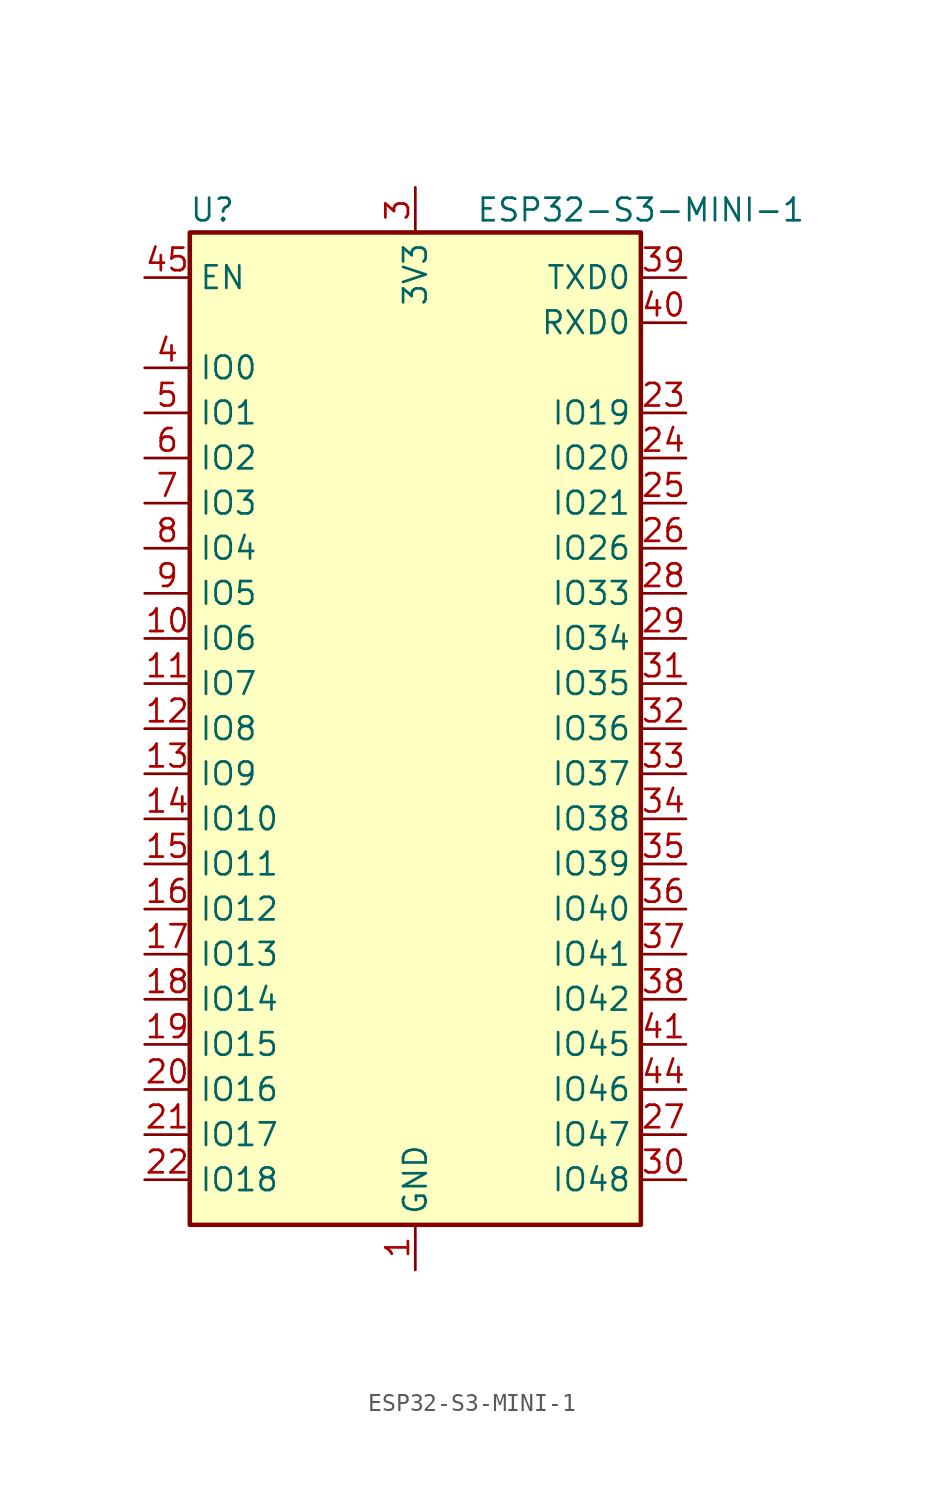
<source format=kicad_sym>
(kicad_symbol_lib
  (version 20231120)
  (generator "kicad_symbol_editor")
  (generator_version "8.0")
  (symbol "ESP32-S3-MINI-1"
    (property "Reference" "U"
      (at -11.43 29.21 0)
      (effects (font (size 1.27 1.27))))
    (property "Value" "ESP32-S3-MINI-1"
      (at 12.7 29.21 0)
      (effects (font (size 1.27 1.27))))
    (symbol "ESP32-S3-MINI-1_0_1"
      (rectangle (start -12.7 27.94) (end 12.7 -27.94) (stroke (width 0.254) (type default)) (fill (type background))))
    (symbol "ESP32-S3-MINI-1_1_1"
      (pin power_in line (at 0 -30.48 90) (length 2.54) (name "GND" (effects (font (size 1.27 1.27)))) (number "1" (effects (font (size 1.27 1.27)))))
      (pin bidirectional line (at -15.24 5.08 0) (length 2.54) (name "IO6" (effects (font (size 1.27 1.27)))) (number "10" (effects (font (size 1.27 1.27)))))
      (pin bidirectional line (at -15.24 2.54 0) (length 2.54) (name "IO7" (effects (font (size 1.27 1.27)))) (number "11" (effects (font (size 1.27 1.27)))))
      (pin bidirectional line (at -15.24 0 0) (length 2.54) (name "IO8" (effects (font (size 1.27 1.27)))) (number "12" (effects (font (size 1.27 1.27)))))
      (pin bidirectional line (at -15.24 -2.54 0) (length 2.54) (name "IO9" (effects (font (size 1.27 1.27)))) (number "13" (effects (font (size 1.27 1.27)))))
      (pin bidirectional line (at -15.24 -5.08 0) (length 2.54) (name "IO10" (effects (font (size 1.27 1.27)))) (number "14" (effects (font (size 1.27 1.27)))))
      (pin bidirectional line (at -15.24 -7.62 0) (length 2.54) (name "IO11" (effects (font (size 1.27 1.27)))) (number "15" (effects (font (size 1.27 1.27)))))
      (pin bidirectional line (at -15.24 -10.16 0) (length 2.54) (name "IO12" (effects (font (size 1.27 1.27)))) (number "16" (effects (font (size 1.27 1.27)))))
      (pin bidirectional line (at -15.24 -12.7 0) (length 2.54) (name "IO13" (effects (font (size 1.27 1.27)))) (number "17" (effects (font (size 1.27 1.27)))))
      (pin bidirectional line (at -15.24 -15.24 0) (length 2.54) (name "IO14" (effects (font (size 1.27 1.27)))) (number "18" (effects (font (size 1.27 1.27)))))
      (pin bidirectional line (at -15.24 -17.78 0) (length 2.54) (name "IO15" (effects (font (size 1.27 1.27)))) (number "19" (effects (font (size 1.27 1.27)))))
      (pin passive line (at 0 -30.48 90) (length 2.54) hide (name "GND" (effects (font (size 1.27 1.27)))) (number "2" (effects (font (size 1.27 1.27)))))
      (pin bidirectional line (at -15.24 -20.32 0) (length 2.54) (name "IO16" (effects (font (size 1.27 1.27)))) (number "20" (effects (font (size 1.27 1.27)))))
      (pin bidirectional line (at -15.24 -22.86 0) (length 2.54) (name "IO17" (effects (font (size 1.27 1.27)))) (number "21" (effects (font (size 1.27 1.27)))))
      (pin bidirectional line (at -15.24 -25.4 0) (length 2.54) (name "IO18" (effects (font (size 1.27 1.27)))) (number "22" (effects (font (size 1.27 1.27)))))
      (pin bidirectional line (at 15.24 17.78 180) (length 2.54) (name "IO19" (effects (font (size 1.27 1.27)))) (number "23" (effects (font (size 1.27 1.27)))))
      (pin bidirectional line (at 15.24 15.24 180) (length 2.54) (name "IO20" (effects (font (size 1.27 1.27)))) (number "24" (effects (font (size 1.27 1.27)))))
      (pin bidirectional line (at 15.24 12.7 180) (length 2.54) (name "IO21" (effects (font (size 1.27 1.27)))) (number "25" (effects (font (size 1.27 1.27)))))
      (pin bidirectional line (at 15.24 10.16 180) (length 2.54) (name "IO26" (effects (font (size 1.27 1.27)))) (number "26" (effects (font (size 1.27 1.27)))))
      (pin bidirectional line (at 15.24 -22.86 180) (length 2.54) (name "IO47" (effects (font (size 1.27 1.27)))) (number "27" (effects (font (size 1.27 1.27)))))
      (pin bidirectional line (at 15.24 7.62 180) (length 2.54) (name "IO33" (effects (font (size 1.27 1.27)))) (number "28" (effects (font (size 1.27 1.27)))))
      (pin bidirectional line (at 15.24 5.08 180) (length 2.54) (name "IO34" (effects (font (size 1.27 1.27)))) (number "29" (effects (font (size 1.27 1.27)))))
      (pin power_in line (at 0 30.48 270) (length 2.54) (name "3V3" (effects (font (size 1.27 1.27)))) (number "3" (effects (font (size 1.27 1.27)))))
      (pin bidirectional line (at 15.24 -25.4 180) (length 2.54) (name "IO48" (effects (font (size 1.27 1.27)))) (number "30" (effects (font (size 1.27 1.27)))))
      (pin bidirectional line (at 15.24 2.54 180) (length 2.54) (name "IO35" (effects (font (size 1.27 1.27)))) (number "31" (effects (font (size 1.27 1.27)))))
      (pin bidirectional line (at 15.24 0 180) (length 2.54) (name "IO36" (effects (font (size 1.27 1.27)))) (number "32" (effects (font (size 1.27 1.27)))))
      (pin bidirectional line (at 15.24 -2.54 180) (length 2.54) (name "IO37" (effects (font (size 1.27 1.27)))) (number "33" (effects (font (size 1.27 1.27)))))
      (pin bidirectional line (at 15.24 -5.08 180) (length 2.54) (name "IO38" (effects (font (size 1.27 1.27)))) (number "34" (effects (font (size 1.27 1.27)))))
      (pin bidirectional line (at 15.24 -7.62 180) (length 2.54) (name "IO39" (effects (font (size 1.27 1.27)))) (number "35" (effects (font (size 1.27 1.27)))))
      (pin bidirectional line (at 15.24 -10.16 180) (length 2.54) (name "IO40" (effects (font (size 1.27 1.27)))) (number "36" (effects (font (size 1.27 1.27)))))
      (pin bidirectional line (at 15.24 -12.7 180) (length 2.54) (name "IO41" (effects (font (size 1.27 1.27)))) (number "37" (effects (font (size 1.27 1.27)))))
      (pin bidirectional line (at 15.24 -15.24 180) (length 2.54) (name "IO42" (effects (font (size 1.27 1.27)))) (number "38" (effects (font (size 1.27 1.27)))))
      (pin bidirectional line (at 15.24 25.4 180) (length 2.54) (name "TXD0" (effects (font (size 1.27 1.27)))) (number "39" (effects (font (size 1.27 1.27)))))
      (pin bidirectional line (at -15.24 20.32 0) (length 2.54) (name "IO0" (effects (font (size 1.27 1.27)))) (number "4" (effects (font (size 1.27 1.27)))))
      (pin bidirectional line (at 15.24 22.86 180) (length 2.54) (name "RXD0" (effects (font (size 1.27 1.27)))) (number "40" (effects (font (size 1.27 1.27)))))
      (pin bidirectional line (at 15.24 -17.78 180) (length 2.54) (name "IO45" (effects (font (size 1.27 1.27)))) (number "41" (effects (font (size 1.27 1.27)))))
      (pin passive line (at 0 -30.48 90) (length 2.54) hide (name "GND" (effects (font (size 1.27 1.27)))) (number "42" (effects (font (size 1.27 1.27)))))
      (pin passive line (at 0 -30.48 90) (length 2.54) hide (name "GND" (effects (font (size 1.27 1.27)))) (number "43" (effects (font (size 1.27 1.27)))))
      (pin bidirectional line (at 15.24 -20.32 180) (length 2.54) (name "IO46" (effects (font (size 1.27 1.27)))) (number "44" (effects (font (size 1.27 1.27)))))
      (pin input line (at -15.24 25.4 0) (length 2.54) (name "EN" (effects (font (size 1.27 1.27)))) (number "45" (effects (font (size 1.27 1.27)))))
      (pin passive line (at 0 -30.48 90) (length 2.54) hide (name "GND" (effects (font (size 1.27 1.27)))) (number "46" (effects (font (size 1.27 1.27)))))
      (pin passive line (at 0 -30.48 90) (length 2.54) hide (name "GND" (effects (font (size 1.27 1.27)))) (number "47" (effects (font (size 1.27 1.27)))))
      (pin passive line (at 0 -30.48 90) (length 2.54) hide (name "GND" (effects (font (size 1.27 1.27)))) (number "48" (effects (font (size 1.27 1.27)))))
      (pin passive line (at 0 -30.48 90) (length 2.54) hide (name "GND" (effects (font (size 1.27 1.27)))) (number "49" (effects (font (size 1.27 1.27)))))
      (pin bidirectional line (at -15.24 17.78 0) (length 2.54) (name "IO1" (effects (font (size 1.27 1.27)))) (number "5" (effects (font (size 1.27 1.27)))))
      (pin passive line (at 0 -30.48 90) (length 2.54) hide (name "GND" (effects (font (size 1.27 1.27)))) (number "50" (effects (font (size 1.27 1.27)))))
      (pin passive line (at 0 -30.48 90) (length 2.54) hide (name "GND" (effects (font (size 1.27 1.27)))) (number "51" (effects (font (size 1.27 1.27)))))
      (pin passive line (at 0 -30.48 90) (length 2.54) hide (name "GND" (effects (font (size 1.27 1.27)))) (number "52" (effects (font (size 1.27 1.27)))))
      (pin passive line (at 0 -30.48 90) (length 2.54) hide (name "GND" (effects (font (size 1.27 1.27)))) (number "53" (effects (font (size 1.27 1.27)))))
      (pin passive line (at 0 -30.48 90) (length 2.54) hide (name "GND" (effects (font (size 1.27 1.27)))) (number "54" (effects (font (size 1.27 1.27)))))
      (pin passive line (at 0 -30.48 90) (length 2.54) hide (name "GND" (effects (font (size 1.27 1.27)))) (number "55" (effects (font (size 1.27 1.27)))))
      (pin passive line (at 0 -30.48 90) (length 2.54) hide (name "GND" (effects (font (size 1.27 1.27)))) (number "56" (effects (font (size 1.27 1.27)))))
      (pin passive line (at 0 -30.48 90) (length 2.54) hide (name "GND" (effects (font (size 1.27 1.27)))) (number "57" (effects (font (size 1.27 1.27)))))
      (pin passive line (at 0 -30.48 90) (length 2.54) hide (name "GND" (effects (font (size 1.27 1.27)))) (number "58" (effects (font (size 1.27 1.27)))))
      (pin passive line (at 0 -30.48 90) (length 2.54) hide (name "GND" (effects (font (size 1.27 1.27)))) (number "59" (effects (font (size 1.27 1.27)))))
      (pin bidirectional line (at -15.24 15.24 0) (length 2.54) (name "IO2" (effects (font (size 1.27 1.27)))) (number "6" (effects (font (size 1.27 1.27)))))
      (pin passive line (at 0 -30.48 90) (length 2.54) hide (name "GND" (effects (font (size 1.27 1.27)))) (number "60" (effects (font (size 1.27 1.27)))))
      (pin passive line (at 0 -30.48 90) (length 2.54) hide (name "GND" (effects (font (size 1.27 1.27)))) (number "61" (effects (font (size 1.27 1.27)))))
      (pin passive line (at 0 -30.48 90) (length 2.54) hide (name "GND" (effects (font (size 1.27 1.27)))) (number "62" (effects (font (size 1.27 1.27)))))
      (pin passive line (at 0 -30.48 90) (length 2.54) hide (name "GND" (effects (font (size 1.27 1.27)))) (number "63" (effects (font (size 1.27 1.27)))))
      (pin passive line (at 0 -30.48 90) (length 2.54) hide (name "GND" (effects (font (size 1.27 1.27)))) (number "64" (effects (font (size 1.27 1.27)))))
      (pin passive line (at 0 -30.48 90) (length 2.54) hide (name "GND" (effects (font (size 1.27 1.27)))) (number "65" (effects (font (size 1.27 1.27)))))
      (pin bidirectional line (at -15.24 12.7 0) (length 2.54) (name "IO3" (effects (font (size 1.27 1.27)))) (number "7" (effects (font (size 1.27 1.27)))))
      (pin bidirectional line (at -15.24 10.16 0) (length 2.54) (name "IO4" (effects (font (size 1.27 1.27)))) (number "8" (effects (font (size 1.27 1.27)))))
      (pin bidirectional line (at -15.24 7.62 0) (length 2.54) (name "IO5" (effects (font (size 1.27 1.27)))) (number "9" (effects (font (size 1.27 1.27))))))))
</source>
